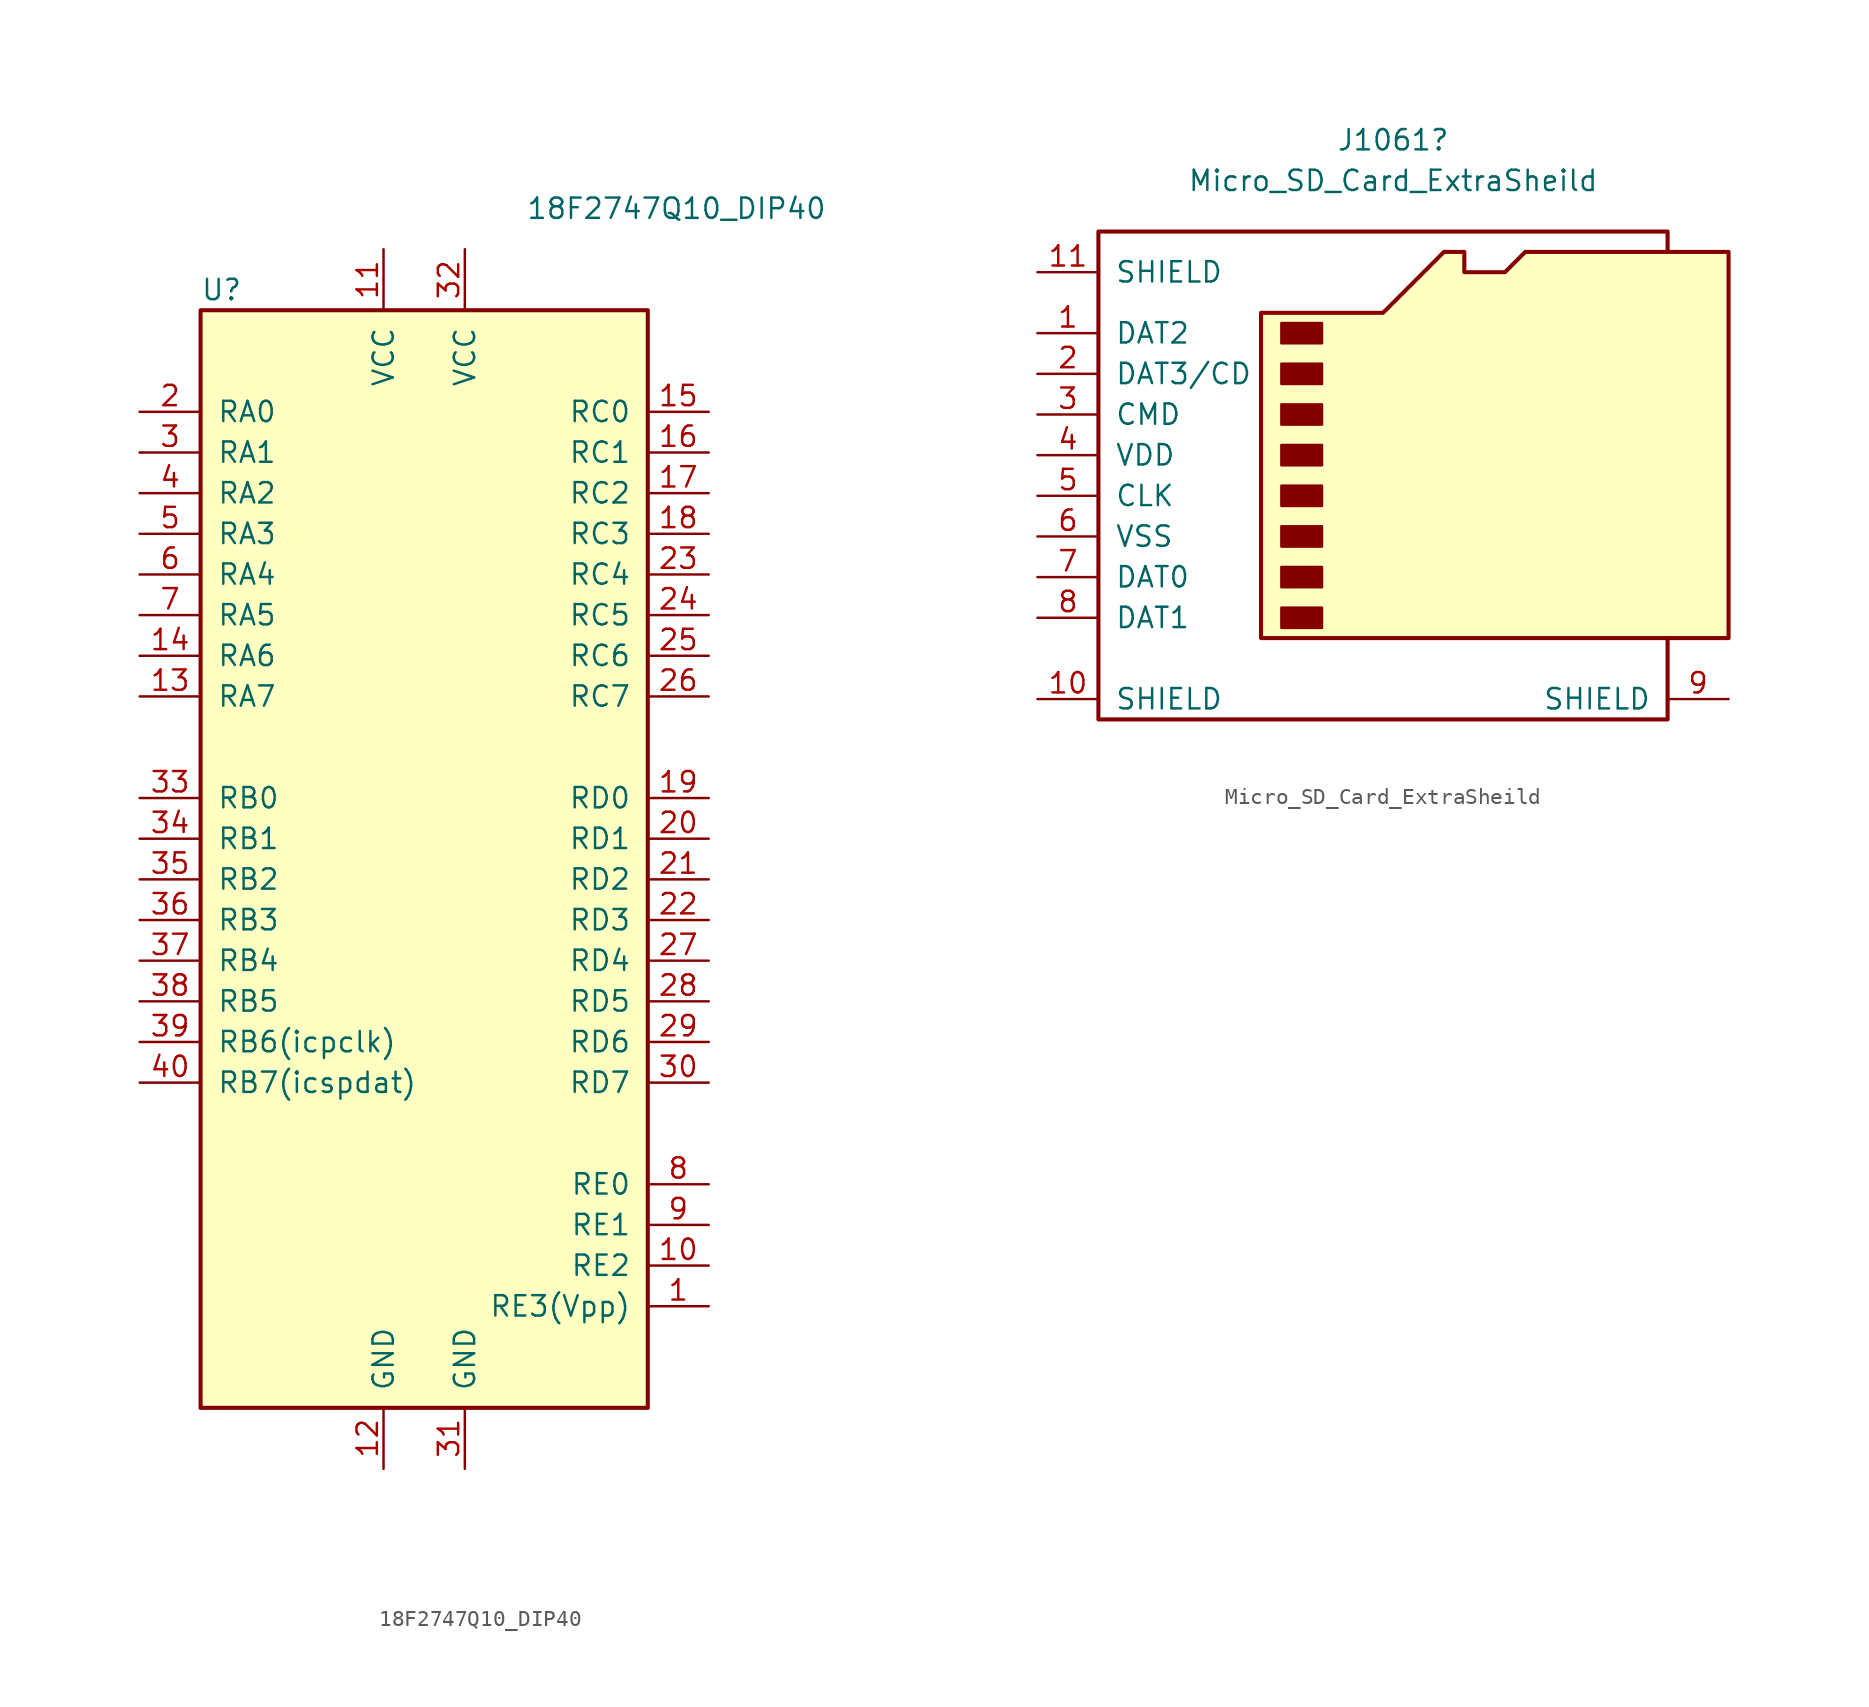
<source format=kicad_sym>
(kicad_symbol_lib
  (version 20211014)
  (generator kicad_symbol_editor)
  (symbol "18F2747Q10_DIP40"
    (pin_names
      (offset 1.016))
    (property "Reference" "U"
      (at -13.97 35.56 0)
      (effects (font (size 1.27 1.27)) (justify left)))
    (property "Value" "18F2747Q10_DIP40"
      (at 6.35 40.64 0)
      (effects (font (size 1.27 1.27)) (justify left)))
    (symbol "18F2747Q10_DIP40_0_1"
      (rectangle (start -13.97 34.29) (end 13.97 -34.29) (stroke (width 0.254) (type default) (color 0 0 0 0)) (fill (type background))))
    (symbol "18F2747Q10_DIP40_1_1"
      (pin passive line (at 17.78 -27.94 180) (length 3.81) (name "RE3(Vpp)" (effects (font (size 1.27 1.27)))) (number "1" (effects (font (size 1.27 1.27)))))
      (pin passive line (at 17.78 -25.4 180) (length 3.81) (name "RE2" (effects (font (size 1.27 1.27)))) (number "10" (effects (font (size 1.27 1.27)))))
      (pin power_in line (at -2.54 38.1 270) (length 3.81) (name "VCC" (effects (font (size 1.27 1.27)))) (number "11" (effects (font (size 1.27 1.27)))))
      (pin power_in line (at -2.54 -38.1 90) (length 3.81) (name "GND" (effects (font (size 1.27 1.27)))) (number "12" (effects (font (size 1.27 1.27)))))
      (pin passive line (at -17.78 10.16 0) (length 3.81) (name "RA7" (effects (font (size 1.27 1.27)))) (number "13" (effects (font (size 1.27 1.27)))))
      (pin passive line (at -17.78 12.7 0) (length 3.81) (name "RA6" (effects (font (size 1.27 1.27)))) (number "14" (effects (font (size 1.27 1.27)))))
      (pin passive line (at 17.78 27.94 180) (length 3.81) (name "RC0" (effects (font (size 1.27 1.27)))) (number "15" (effects (font (size 1.27 1.27)))))
      (pin passive line (at 17.78 25.4 180) (length 3.81) (name "RC1" (effects (font (size 1.27 1.27)))) (number "16" (effects (font (size 1.27 1.27)))))
      (pin passive line (at 17.78 22.86 180) (length 3.81) (name "RC2" (effects (font (size 1.27 1.27)))) (number "17" (effects (font (size 1.27 1.27)))))
      (pin passive line (at 17.78 20.32 180) (length 3.81) (name "RC3" (effects (font (size 1.27 1.27)))) (number "18" (effects (font (size 1.27 1.27)))))
      (pin passive line (at 17.78 3.81 180) (length 3.81) (name "RD0" (effects (font (size 1.27 1.27)))) (number "19" (effects (font (size 1.27 1.27)))))
      (pin passive line (at -17.78 27.94 0) (length 3.81) (name "RA0" (effects (font (size 1.27 1.27)))) (number "2" (effects (font (size 1.27 1.27)))))
      (pin passive line (at 17.78 1.27 180) (length 3.81) (name "RD1" (effects (font (size 1.27 1.27)))) (number "20" (effects (font (size 1.27 1.27)))))
      (pin passive line (at 17.78 -1.27 180) (length 3.81) (name "RD2" (effects (font (size 1.27 1.27)))) (number "21" (effects (font (size 1.27 1.27)))))
      (pin passive line (at 17.78 -3.81 180) (length 3.81) (name "RD3" (effects (font (size 1.27 1.27)))) (number "22" (effects (font (size 1.27 1.27)))))
      (pin passive line (at 17.78 17.78 180) (length 3.81) (name "RC4" (effects (font (size 1.27 1.27)))) (number "23" (effects (font (size 1.27 1.27)))))
      (pin passive line (at 17.78 15.24 180) (length 3.81) (name "RC5" (effects (font (size 1.27 1.27)))) (number "24" (effects (font (size 1.27 1.27)))))
      (pin passive line (at 17.78 12.7 180) (length 3.81) (name "RC6" (effects (font (size 1.27 1.27)))) (number "25" (effects (font (size 1.27 1.27)))))
      (pin passive line (at 17.78 10.16 180) (length 3.81) (name "RC7" (effects (font (size 1.27 1.27)))) (number "26" (effects (font (size 1.27 1.27)))))
      (pin passive line (at 17.78 -6.35 180) (length 3.81) (name "RD4" (effects (font (size 1.27 1.27)))) (number "27" (effects (font (size 1.27 1.27)))))
      (pin passive line (at 17.78 -8.89 180) (length 3.81) (name "RD5" (effects (font (size 1.27 1.27)))) (number "28" (effects (font (size 1.27 1.27)))))
      (pin passive line (at 17.78 -11.43 180) (length 3.81) (name "RD6" (effects (font (size 1.27 1.27)))) (number "29" (effects (font (size 1.27 1.27)))))
      (pin passive line (at -17.78 25.4 0) (length 3.81) (name "RA1" (effects (font (size 1.27 1.27)))) (number "3" (effects (font (size 1.27 1.27)))))
      (pin passive line (at 17.78 -13.97 180) (length 3.81) (name "RD7" (effects (font (size 1.27 1.27)))) (number "30" (effects (font (size 1.27 1.27)))))
      (pin power_in line (at 2.54 -38.1 90) (length 3.81) (name "GND" (effects (font (size 1.27 1.27)))) (number "31" (effects (font (size 1.27 1.27)))))
      (pin power_in line (at 2.54 38.1 270) (length 3.81) (name "VCC" (effects (font (size 1.27 1.27)))) (number "32" (effects (font (size 1.27 1.27)))))
      (pin passive line (at -17.78 3.81 0) (length 3.81) (name "RB0" (effects (font (size 1.27 1.27)))) (number "33" (effects (font (size 1.27 1.27)))))
      (pin passive line (at -17.78 1.27 0) (length 3.81) (name "RB1" (effects (font (size 1.27 1.27)))) (number "34" (effects (font (size 1.27 1.27)))))
      (pin passive line (at -17.78 -1.27 0) (length 3.81) (name "RB2" (effects (font (size 1.27 1.27)))) (number "35" (effects (font (size 1.27 1.27)))))
      (pin passive line (at -17.78 -3.81 0) (length 3.81) (name "RB3" (effects (font (size 1.27 1.27)))) (number "36" (effects (font (size 1.27 1.27)))))
      (pin passive line (at -17.78 -6.35 0) (length 3.81) (name "RB4" (effects (font (size 1.27 1.27)))) (number "37" (effects (font (size 1.27 1.27)))))
      (pin passive line (at -17.78 -8.89 0) (length 3.81) (name "RB5" (effects (font (size 1.27 1.27)))) (number "38" (effects (font (size 1.27 1.27)))))
      (pin passive line (at -17.78 -11.43 0) (length 3.81) (name "RB6(icpclk)" (effects (font (size 1.27 1.27)))) (number "39" (effects (font (size 1.27 1.27)))))
      (pin passive line (at -17.78 22.86 0) (length 3.81) (name "RA2" (effects (font (size 1.27 1.27)))) (number "4" (effects (font (size 1.27 1.27)))))
      (pin passive line (at -17.78 -13.97 0) (length 3.81) (name "RB7(icspdat)" (effects (font (size 1.27 1.27)))) (number "40" (effects (font (size 1.27 1.27)))))
      (pin passive line (at -17.78 20.32 0) (length 3.81) (name "RA3" (effects (font (size 1.27 1.27)))) (number "5" (effects (font (size 1.27 1.27)))))
      (pin passive line (at -17.78 17.78 0) (length 3.81) (name "RA4" (effects (font (size 1.27 1.27)))) (number "6" (effects (font (size 1.27 1.27)))))
      (pin passive line (at -17.78 15.24 0) (length 3.81) (name "RA5" (effects (font (size 1.27 1.27)))) (number "7" (effects (font (size 1.27 1.27)))))
      (pin passive line (at 17.78 -20.32 180) (length 3.81) (name "RE0" (effects (font (size 1.27 1.27)))) (number "8" (effects (font (size 1.27 1.27)))))
      (pin passive line (at 17.78 -22.86 180) (length 3.81) (name "RE1" (effects (font (size 1.27 1.27)))) (number "9" (effects (font (size 1.27 1.27)))))))
  (symbol "Micro_SD_Card_ExtraSheild"
    (pin_names
      (offset 1.016))
    (property "Reference" "J1061"
      (at -0.635 19.685 0)
      (effects (font (size 1.27 1.27))))
    (property "Value" "Micro_SD_Card_ExtraSheild"
      (at -0.635 17.145 0)
      (effects (font (size 1.27 1.27))))
    (symbol "Micro_SD_Card_ExtraSheild_0_1"
      (rectangle (start -7.62 -9.525) (end -5.08 -10.795) (stroke (width 0) (type default) (color 0 0 0 0)) (fill (type outline)))
      (rectangle (start -7.62 -6.985) (end -5.08 -8.255) (stroke (width 0) (type default) (color 0 0 0 0)) (fill (type outline)))
      (rectangle (start -7.62 -4.445) (end -5.08 -5.715) (stroke (width 0) (type default) (color 0 0 0 0)) (fill (type outline)))
      (rectangle (start -7.62 -1.905) (end -5.08 -3.175) (stroke (width 0) (type default) (color 0 0 0 0)) (fill (type outline)))
      (rectangle (start -7.62 0.635) (end -5.08 -0.635) (stroke (width 0) (type default) (color 0 0 0 0)) (fill (type outline)))
      (rectangle (start -7.62 3.175) (end -5.08 1.905) (stroke (width 0) (type default) (color 0 0 0 0)) (fill (type outline)))
      (rectangle (start -7.62 5.715) (end -5.08 4.445) (stroke (width 0) (type default) (color 0 0 0 0)) (fill (type outline)))
      (rectangle (start -7.62 8.255) (end -5.08 6.985) (stroke (width 0) (type default) (color 0 0 0 0)) (fill (type outline)))
      (polyline (pts (xy 16.51 12.7) (xy 16.51 13.97) (xy -19.05 13.97) (xy -19.05 -16.51) (xy 16.51 -16.51) (xy 16.51 -11.43)) (stroke (width 0.254) (type default) (color 0 0 0 0)) (fill (type none)))
      (polyline (pts (xy -8.89 -11.43) (xy -8.89 8.89) (xy -1.27 8.89) (xy 2.54 12.7) (xy 3.81 12.7) (xy 3.81 11.43) (xy 6.35 11.43) (xy 7.62 12.7) (xy 20.32 12.7) (xy 20.32 -11.43) (xy -8.89 -11.43)) (stroke (width 0.254) (type default) (color 0 0 0 0)) (fill (type background))))
    (symbol "Micro_SD_Card_ExtraSheild_1_1"
      (pin bidirectional line (at -22.86 7.62 0) (length 3.81) (name "DAT2" (effects (font (size 1.27 1.27)))) (number "1" (effects (font (size 1.27 1.27)))))
      (pin passive line (at -22.86 -15.24 0) (length 3.81) (name "SHIELD" (effects (font (size 1.27 1.27)))) (number "10" (effects (font (size 1.27 1.27)))))
      (pin passive line (at -22.86 11.43 0) (length 3.81) (name "SHIELD" (effects (font (size 1.27 1.27)))) (number "11" (effects (font (size 1.27 1.27)))))
      (pin bidirectional line (at -22.86 5.08 0) (length 3.81) (name "DAT3/CD" (effects (font (size 1.27 1.27)))) (number "2" (effects (font (size 1.27 1.27)))))
      (pin input line (at -22.86 2.54 0) (length 3.81) (name "CMD" (effects (font (size 1.27 1.27)))) (number "3" (effects (font (size 1.27 1.27)))))
      (pin power_in line (at -22.86 0 0) (length 3.81) (name "VDD" (effects (font (size 1.27 1.27)))) (number "4" (effects (font (size 1.27 1.27)))))
      (pin input line (at -22.86 -2.54 0) (length 3.81) (name "CLK" (effects (font (size 1.27 1.27)))) (number "5" (effects (font (size 1.27 1.27)))))
      (pin power_in line (at -22.86 -5.08 0) (length 3.81) (name "VSS" (effects (font (size 1.27 1.27)))) (number "6" (effects (font (size 1.27 1.27)))))
      (pin bidirectional line (at -22.86 -7.62 0) (length 3.81) (name "DAT0" (effects (font (size 1.27 1.27)))) (number "7" (effects (font (size 1.27 1.27)))))
      (pin bidirectional line (at -22.86 -10.16 0) (length 3.81) (name "DAT1" (effects (font (size 1.27 1.27)))) (number "8" (effects (font (size 1.27 1.27)))))
      (pin passive line (at 20.32 -15.24 180) (length 3.81) (name "SHIELD" (effects (font (size 1.27 1.27)))) (number "9" (effects (font (size 1.27 1.27))))))))
</source>
